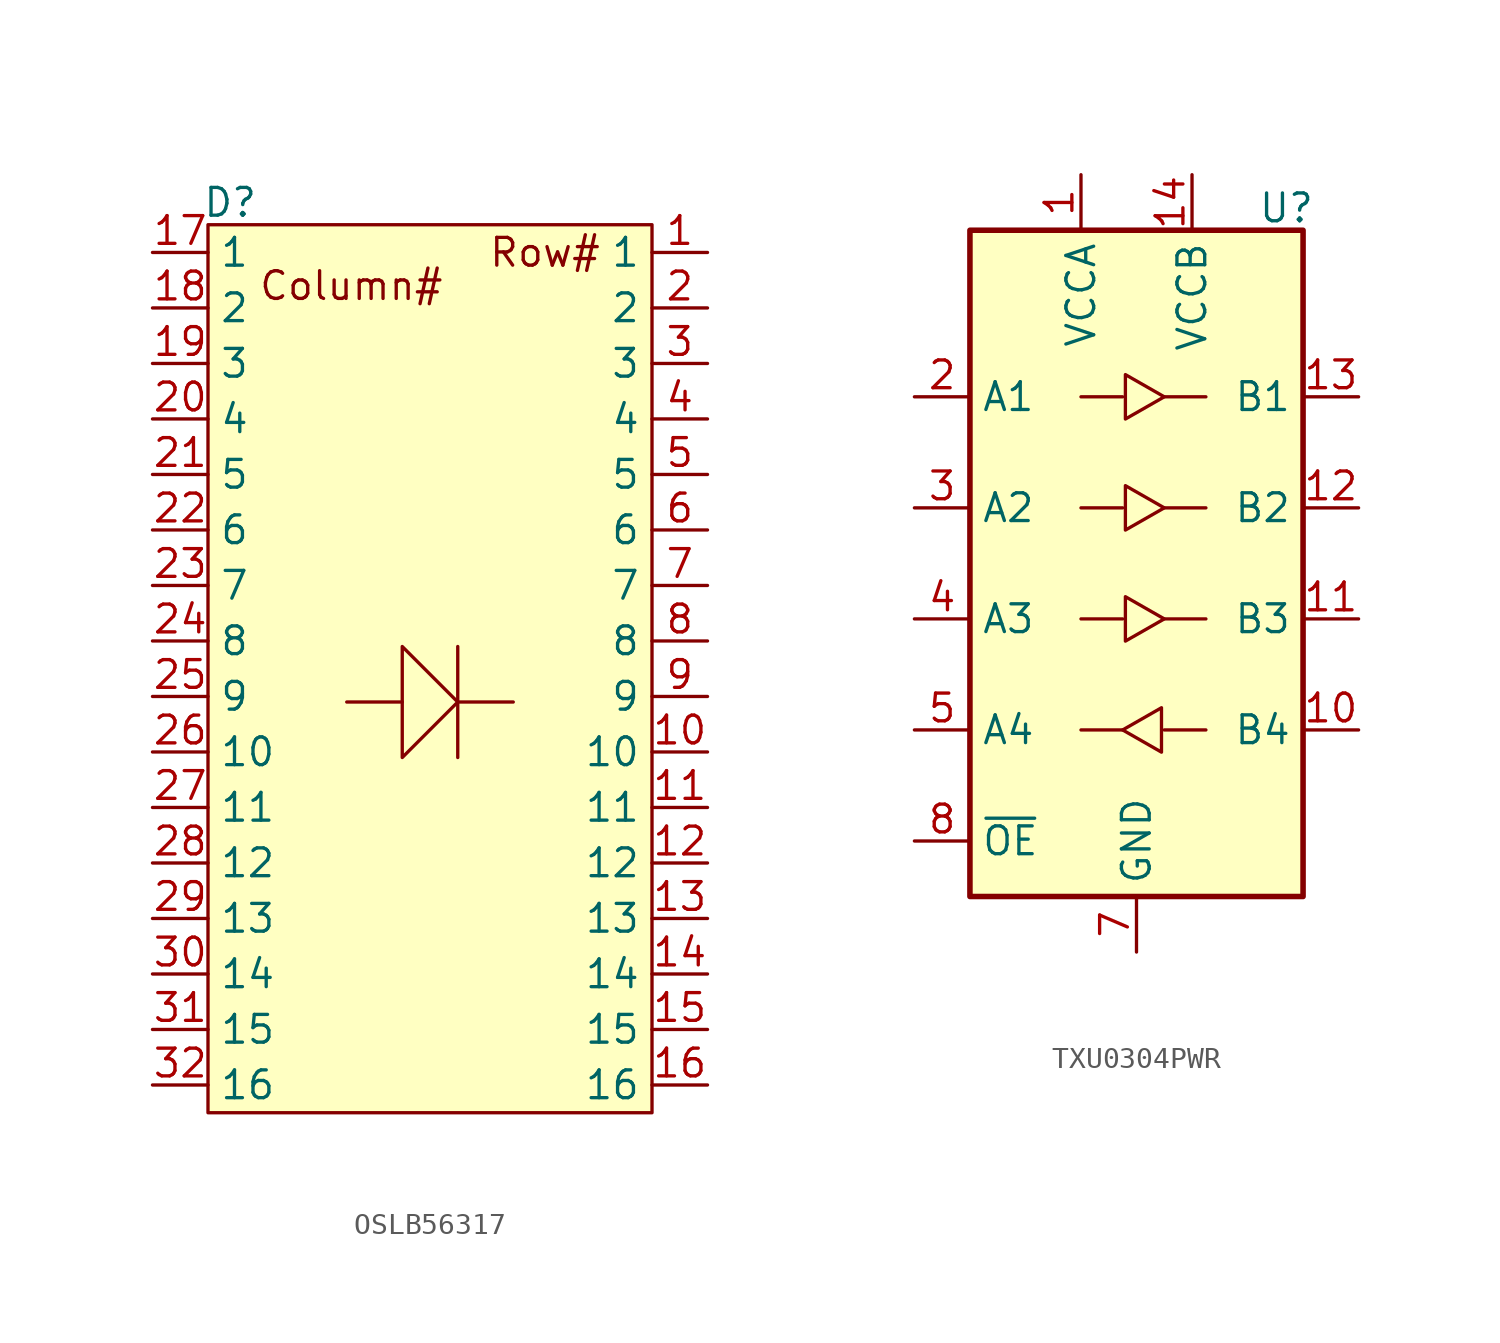
<source format=kicad_sym>
(kicad_symbol_lib
  (version 20231120)
  (generator "kicad_symbol_editor")
  (generator_version "8.0")
  (symbol "OSLB56317"
    (property "Reference" "D"
      (at -9.144 25.146 0)
      (effects (font (size 1.27 1.27))))
    (property "Value" ""
      (at -2.54 0 0)
      (effects (font (size 1.27 1.27))))
    (symbol "OSLB56317_0_1"
      (polyline (pts (xy -1.27 2.286) (xy -3.81 2.286)) (stroke (width 0) (type default)) (fill (type none)))
      (polyline (pts (xy 1.27 2.286) (xy 3.81 2.286)) (stroke (width 0) (type default)) (fill (type none)))
      (polyline (pts (xy 1.27 4.826) (xy 1.27 -0.254)) (stroke (width 0) (type default)) (fill (type none)))
      (polyline (pts (xy 1.27 2.286) (xy -1.27 4.826) (xy -1.27 -0.254) (xy 1.27 2.286)) (stroke (width 0) (type default)) (fill (type none))))
    (symbol "OSLB56317_1_1"
      (rectangle (start -10.16 24.13) (end 10.16 -16.51) (stroke (width 0) (type default)) (fill (type background)))
      (text "Column#" (at -7.874 21.336 0) (effects (font (size 1.27 1.27)) (justify left)))
      (text "Row#" (at 7.874 22.86 0) (effects (font (size 1.27 1.27)) (justify right)))
      (pin unspecified line (at 12.7 22.86 180) (length 2.54) (name "1" (effects (font (size 1.27 1.27)))) (number "1" (effects (font (size 1.27 1.27)))))
      (pin unspecified line (at 12.7 0 180) (length 2.54) (name "10" (effects (font (size 1.27 1.27)))) (number "10" (effects (font (size 1.27 1.27)))))
      (pin unspecified line (at 12.7 -2.54 180) (length 2.54) (name "11" (effects (font (size 1.27 1.27)))) (number "11" (effects (font (size 1.27 1.27)))))
      (pin unspecified line (at 12.7 -5.08 180) (length 2.54) (name "12" (effects (font (size 1.27 1.27)))) (number "12" (effects (font (size 1.27 1.27)))))
      (pin unspecified line (at 12.7 -7.62 180) (length 2.54) (name "13" (effects (font (size 1.27 1.27)))) (number "13" (effects (font (size 1.27 1.27)))))
      (pin unspecified line (at 12.7 -10.16 180) (length 2.54) (name "14" (effects (font (size 1.27 1.27)))) (number "14" (effects (font (size 1.27 1.27)))))
      (pin unspecified line (at 12.7 -12.7 180) (length 2.54) (name "15" (effects (font (size 1.27 1.27)))) (number "15" (effects (font (size 1.27 1.27)))))
      (pin unspecified line (at 12.7 -15.24 180) (length 2.54) (name "16" (effects (font (size 1.27 1.27)))) (number "16" (effects (font (size 1.27 1.27)))))
      (pin unspecified line (at -12.7 22.86 0) (length 2.54) (name "1" (effects (font (size 1.27 1.27)))) (number "17" (effects (font (size 1.27 1.27)))))
      (pin unspecified line (at -12.7 20.32 0) (length 2.54) (name "2" (effects (font (size 1.27 1.27)))) (number "18" (effects (font (size 1.27 1.27)))))
      (pin unspecified line (at -12.7 17.78 0) (length 2.54) (name "3" (effects (font (size 1.27 1.27)))) (number "19" (effects (font (size 1.27 1.27)))))
      (pin unspecified line (at 12.7 20.32 180) (length 2.54) (name "2" (effects (font (size 1.27 1.27)))) (number "2" (effects (font (size 1.27 1.27)))))
      (pin unspecified line (at -12.7 15.24 0) (length 2.54) (name "4" (effects (font (size 1.27 1.27)))) (number "20" (effects (font (size 1.27 1.27)))))
      (pin unspecified line (at -12.7 12.7 0) (length 2.54) (name "5" (effects (font (size 1.27 1.27)))) (number "21" (effects (font (size 1.27 1.27)))))
      (pin unspecified line (at -12.7 10.16 0) (length 2.54) (name "6" (effects (font (size 1.27 1.27)))) (number "22" (effects (font (size 1.27 1.27)))))
      (pin unspecified line (at -12.7 7.62 0) (length 2.54) (name "7" (effects (font (size 1.27 1.27)))) (number "23" (effects (font (size 1.27 1.27)))))
      (pin unspecified line (at -12.7 5.08 0) (length 2.54) (name "8" (effects (font (size 1.27 1.27)))) (number "24" (effects (font (size 1.27 1.27)))))
      (pin unspecified line (at -12.7 2.54 0) (length 2.54) (name "9" (effects (font (size 1.27 1.27)))) (number "25" (effects (font (size 1.27 1.27)))))
      (pin unspecified line (at -12.7 0 0) (length 2.54) (name "10" (effects (font (size 1.27 1.27)))) (number "26" (effects (font (size 1.27 1.27)))))
      (pin unspecified line (at -12.7 -2.54 0) (length 2.54) (name "11" (effects (font (size 1.27 1.27)))) (number "27" (effects (font (size 1.27 1.27)))))
      (pin unspecified line (at -12.7 -5.08 0) (length 2.54) (name "12" (effects (font (size 1.27 1.27)))) (number "28" (effects (font (size 1.27 1.27)))))
      (pin unspecified line (at -12.7 -7.62 0) (length 2.54) (name "13" (effects (font (size 1.27 1.27)))) (number "29" (effects (font (size 1.27 1.27)))))
      (pin unspecified line (at 12.7 17.78 180) (length 2.54) (name "3" (effects (font (size 1.27 1.27)))) (number "3" (effects (font (size 1.27 1.27)))))
      (pin unspecified line (at -12.7 -10.16 0) (length 2.54) (name "14" (effects (font (size 1.27 1.27)))) (number "30" (effects (font (size 1.27 1.27)))))
      (pin unspecified line (at -12.7 -12.7 0) (length 2.54) (name "15" (effects (font (size 1.27 1.27)))) (number "31" (effects (font (size 1.27 1.27)))))
      (pin unspecified line (at -12.7 -15.24 0) (length 2.54) (name "16" (effects (font (size 1.27 1.27)))) (number "32" (effects (font (size 1.27 1.27)))))
      (pin unspecified line (at 12.7 15.24 180) (length 2.54) (name "4" (effects (font (size 1.27 1.27)))) (number "4" (effects (font (size 1.27 1.27)))))
      (pin unspecified line (at 12.7 12.7 180) (length 2.54) (name "5" (effects (font (size 1.27 1.27)))) (number "5" (effects (font (size 1.27 1.27)))))
      (pin unspecified line (at 12.7 10.16 180) (length 2.54) (name "6" (effects (font (size 1.27 1.27)))) (number "6" (effects (font (size 1.27 1.27)))))
      (pin unspecified line (at 12.7 7.62 180) (length 2.54) (name "7" (effects (font (size 1.27 1.27)))) (number "7" (effects (font (size 1.27 1.27)))))
      (pin unspecified line (at 12.7 5.08 180) (length 2.54) (name "8" (effects (font (size 1.27 1.27)))) (number "8" (effects (font (size 1.27 1.27)))))
      (pin unspecified line (at 12.7 2.54 180) (length 2.54) (name "9" (effects (font (size 1.27 1.27)))) (number "9" (effects (font (size 1.27 1.27)))))))
  (symbol "TXU0304PWR"
    (property "Reference" "U"
      (at 6.858 16.256 0)
      (effects (font (size 1.27 1.27))))
    (property "Value" ""
      (at 0 0 0)
      (effects (font (size 1.27 1.27))))
    (symbol "TXU0304PWR_0_1"
      (rectangle (start -7.62 15.24) (end 7.62 -15.24) (stroke (width 0.254) (type default)) (fill (type background)))
      (polyline (pts (xy -2.54 -2.54) (xy -0.635 -2.54)) (stroke (width 0) (type default)) (fill (type none)))
      (polyline (pts (xy -2.54 2.54) (xy -0.635 2.54)) (stroke (width 0) (type default)) (fill (type none)))
      (polyline (pts (xy -2.54 7.62) (xy -0.635 7.62)) (stroke (width 0) (type default)) (fill (type none)))
      (polyline (pts (xy -0.635 -7.62) (xy -2.54 -7.62)) (stroke (width 0) (type default)) (fill (type none)))
      (polyline (pts (xy 1.27 -2.54) (xy 3.175 -2.54)) (stroke (width 0) (type default)) (fill (type none)))
      (polyline (pts (xy 1.27 2.54) (xy 3.175 2.54)) (stroke (width 0) (type default)) (fill (type none)))
      (polyline (pts (xy 1.27 7.62) (xy 3.175 7.62)) (stroke (width 0) (type default)) (fill (type none)))
      (polyline (pts (xy 3.175 -7.62) (xy 1.27 -7.62)) (stroke (width 0) (type default)) (fill (type none)))
      (polyline (pts (xy -0.635 -7.62) (xy 1.143 -6.604) (xy 1.143 -8.636) (xy -0.635 -7.62)) (stroke (width 0) (type default)) (fill (type none)))
      (polyline (pts (xy 1.27 -2.54) (xy -0.508 -3.556) (xy -0.508 -1.524) (xy 1.27 -2.54)) (stroke (width 0) (type default)) (fill (type none)))
      (polyline (pts (xy 1.27 2.54) (xy -0.508 1.524) (xy -0.508 3.556) (xy 1.27 2.54)) (stroke (width 0) (type default)) (fill (type none)))
      (polyline (pts (xy 1.27 7.62) (xy -0.508 6.604) (xy -0.508 8.636) (xy 1.27 7.62)) (stroke (width 0) (type default)) (fill (type none))))
    (symbol "TXU0304PWR_1_1"
      (pin power_in line (at -2.54 17.78 270) (length 2.54) (name "VCCA" (effects (font (size 1.27 1.27)))) (number "1" (effects (font (size 1.27 1.27)))))
      (pin input line (at 10.16 -7.62 180) (length 2.54) (name "B4" (effects (font (size 1.27 1.27)))) (number "10" (effects (font (size 1.27 1.27)))))
      (pin output line (at 10.16 -2.54 180) (length 2.54) (name "B3" (effects (font (size 1.27 1.27)))) (number "11" (effects (font (size 1.27 1.27)))))
      (pin output line (at 10.16 2.54 180) (length 2.54) (name "B2" (effects (font (size 1.27 1.27)))) (number "12" (effects (font (size 1.27 1.27)))))
      (pin output line (at 10.16 7.62 180) (length 2.54) (name "B1" (effects (font (size 1.27 1.27)))) (number "13" (effects (font (size 1.27 1.27)))))
      (pin power_in line (at 2.54 17.78 270) (length 2.54) (name "VCCB" (effects (font (size 1.27 1.27)))) (number "14" (effects (font (size 1.27 1.27)))))
      (pin input line (at -10.16 7.62 0) (length 2.54) (name "A1" (effects (font (size 1.27 1.27)))) (number "2" (effects (font (size 1.27 1.27)))))
      (pin input line (at -10.16 2.54 0) (length 2.54) (name "A2" (effects (font (size 1.27 1.27)))) (number "3" (effects (font (size 1.27 1.27)))))
      (pin input line (at -10.16 -2.54 0) (length 2.54) (name "A3" (effects (font (size 1.27 1.27)))) (number "4" (effects (font (size 1.27 1.27)))))
      (pin output line (at -10.16 -7.62 0) (length 2.54) (name "A4" (effects (font (size 1.27 1.27)))) (number "5" (effects (font (size 1.27 1.27)))))
      (pin no_connect line (at 10.16 -12.7 180) (length 2.54) hide (name "NC" (effects (font (size 1.27 1.27)))) (number "6" (effects (font (size 1.27 1.27)))))
      (pin power_in line (at 0 -17.78 90) (length 2.54) (name "GND" (effects (font (size 1.27 1.27)))) (number "7" (effects (font (size 1.27 1.27)))))
      (pin input line (at -10.16 -12.7 0) (length 2.54) (name "~{OE}" (effects (font (size 1.27 1.27)))) (number "8" (effects (font (size 1.27 1.27)))))
      (pin no_connect line (at 10.16 -12.7 180) (length 2.54) hide (name "NC" (effects (font (size 1.27 1.27)))) (number "9" (effects (font (size 1.27 1.27))))))))
</source>
